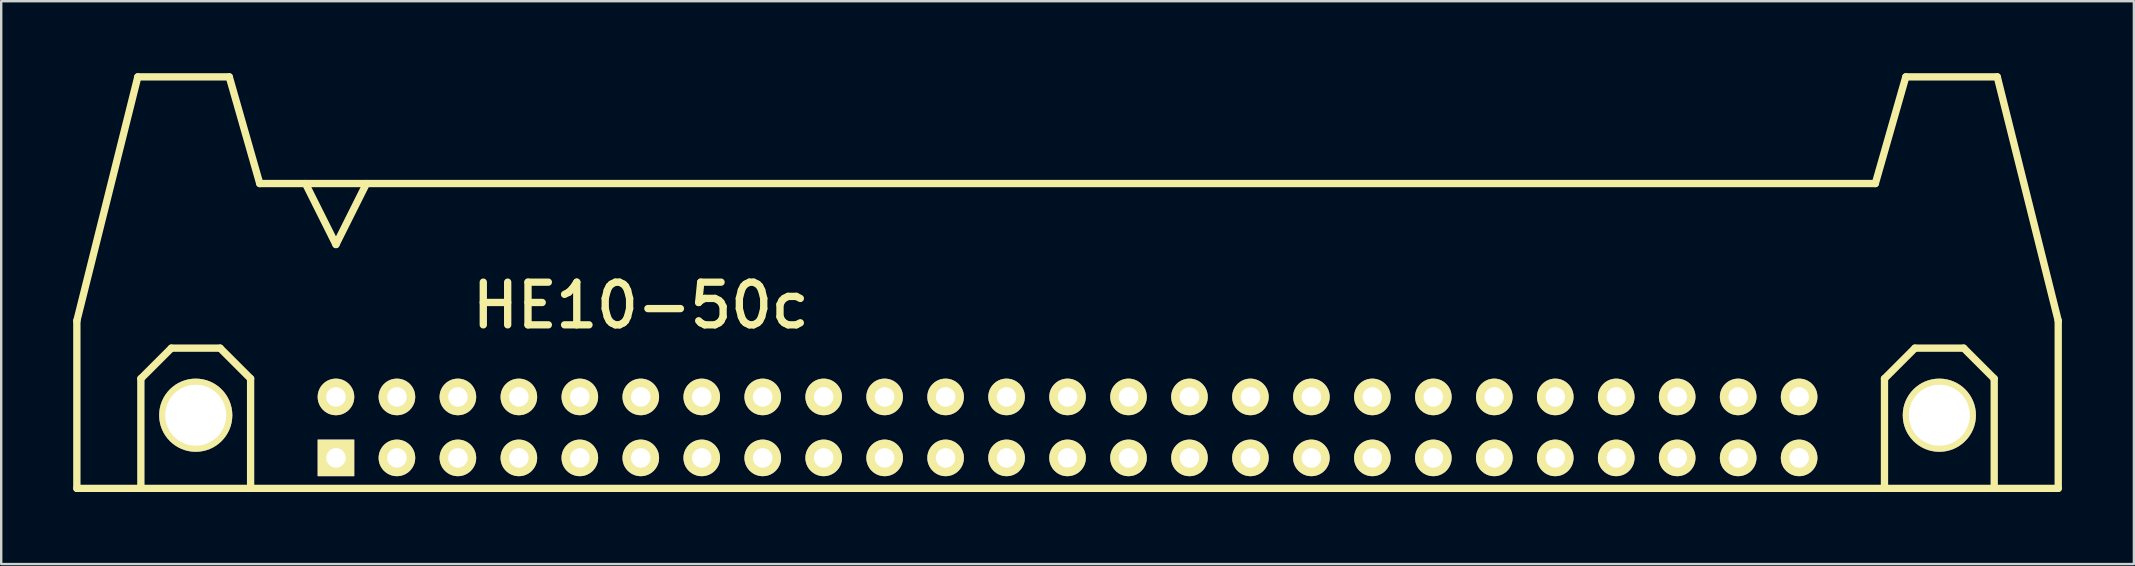
<source format=kicad_pcb>
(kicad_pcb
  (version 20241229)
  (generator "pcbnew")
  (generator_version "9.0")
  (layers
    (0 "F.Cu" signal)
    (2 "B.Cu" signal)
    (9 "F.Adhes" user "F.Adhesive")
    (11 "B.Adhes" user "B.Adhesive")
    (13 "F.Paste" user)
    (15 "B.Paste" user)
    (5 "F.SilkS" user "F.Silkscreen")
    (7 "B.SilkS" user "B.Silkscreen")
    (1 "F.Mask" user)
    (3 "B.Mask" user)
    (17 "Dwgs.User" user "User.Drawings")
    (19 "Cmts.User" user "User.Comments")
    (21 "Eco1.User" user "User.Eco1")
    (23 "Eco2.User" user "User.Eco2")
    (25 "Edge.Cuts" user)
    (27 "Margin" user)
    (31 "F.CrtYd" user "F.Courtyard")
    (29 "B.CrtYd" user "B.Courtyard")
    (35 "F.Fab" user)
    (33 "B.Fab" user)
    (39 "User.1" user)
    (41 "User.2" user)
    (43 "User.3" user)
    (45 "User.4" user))
  (footprint "HE10-50c"
    (layer "F.Cu")
    (at 41.427 14.757)
    (property "Reference" "HE10-50c" (at -17.78 -5.08 0) (layer "F.SilkS") (effects (font (size 1.778 1.778) (thickness 0.305))))
    (attr through_hole)
    (fp_line (start -41.275 -4.445) (end -41.275 2.54) (stroke (width 0.305) (type solid)) (layer "F.SilkS"))
    (fp_line (start -41.275 2.54) (end 41.275 2.54) (stroke (width 0.305) (type solid)) (layer "F.SilkS"))
    (fp_line (start -38.735 -14.605) (end -41.275 -4.445) (stroke (width 0.305) (type solid)) (layer "F.SilkS"))
    (fp_line (start -38.735 -14.605) (end -34.925 -14.605) (stroke (width 0.305) (type solid)) (layer "F.SilkS"))
    (fp_line (start -38.608 -2.032) (end -37.338 -3.302) (stroke (width 0.305) (type solid)) (layer "F.SilkS"))
    (fp_line (start -38.608 2.54) (end -38.608 -2.032) (stroke (width 0.305) (type solid)) (layer "F.SilkS"))
    (fp_line (start -37.338 -3.302) (end -35.306 -3.302) (stroke (width 0.305) (type solid)) (layer "F.SilkS"))
    (fp_line (start -35.306 -3.302) (end -34.036 -2.032) (stroke (width 0.305) (type solid)) (layer "F.SilkS"))
    (fp_line (start -34.925 -14.605) (end -33.655 -10.16) (stroke (width 0.305) (type solid)) (layer "F.SilkS"))
    (fp_line (start -34.036 -2.032) (end -34.036 2.54) (stroke (width 0.305) (type solid)) (layer "F.SilkS"))
    (fp_line (start -31.75 -10.16) (end -30.48 -7.62) (stroke (width 0.305) (type solid)) (layer "F.SilkS"))
    (fp_line (start -30.48 -7.62) (end -29.21 -10.16) (stroke (width 0.305) (type solid)) (layer "F.SilkS"))
    (fp_line (start 33.655 -10.16) (end -33.655 -10.16) (stroke (width 0.305) (type solid)) (layer "F.SilkS"))
    (fp_line (start 34.036 -2.032) (end 35.306 -3.302) (stroke (width 0.305) (type solid)) (layer "F.SilkS"))
    (fp_line (start 34.036 2.54) (end 34.036 -2.032) (stroke (width 0.305) (type solid)) (layer "F.SilkS"))
    (fp_line (start 34.925 -14.605) (end 33.655 -10.16) (stroke (width 0.305) (type solid)) (layer "F.SilkS"))
    (fp_line (start 35.306 -3.302) (end 37.338 -3.302) (stroke (width 0.305) (type solid)) (layer "F.SilkS"))
    (fp_line (start 37.338 -3.302) (end 38.608 -2.032) (stroke (width 0.305) (type solid)) (layer "F.SilkS"))
    (fp_line (start 38.608 -2.032) (end 38.608 2.54) (stroke (width 0.305) (type solid)) (layer "F.SilkS"))
    (fp_line (start 38.735 -14.605) (end 34.925 -14.605) (stroke (width 0.305) (type solid)) (layer "F.SilkS"))
    (fp_line (start 41.275 -4.445) (end 38.735 -14.605) (stroke (width 0.305) (type solid)) (layer "F.SilkS"))
    (fp_line (start 41.275 2.54) (end 41.275 -4.445) (stroke (width 0.305) (type solid)) (layer "F.SilkS"))
    (pad "0" thru_hole circle (at -36.322 -0.508) (size 3.048 3.048) (drill 2.54) (layers "*.Cu" "*.Mask" "F.SilkS"))
    (pad "0" thru_hole circle (at 36.322 -0.508) (size 3.048 3.048) (drill 2.54) (layers "*.Cu" "*.Mask" "F.SilkS"))
    (pad "1" thru_hole rect (at -30.48 1.27) (size 1.524 1.524) (drill 0.813) (layers "*.Cu" "*.Mask" "F.SilkS"))
    (pad "2" thru_hole circle (at -30.48 -1.27) (size 1.524 1.524) (drill 0.813) (layers "*.Cu" "*.Mask" "F.SilkS"))
    (pad "3" thru_hole circle (at -27.94 1.27) (size 1.524 1.524) (drill 0.813) (layers "*.Cu" "*.Mask" "F.SilkS"))
    (pad "4" thru_hole circle (at -27.94 -1.27) (size 1.524 1.524) (drill 0.813) (layers "*.Cu" "*.Mask" "F.SilkS"))
    (pad "5" thru_hole circle (at -25.4 1.27) (size 1.524 1.524) (drill 0.813) (layers "*.Cu" "*.Mask" "F.SilkS"))
    (pad "6" thru_hole circle (at -25.4 -1.27) (size 1.524 1.524) (drill 0.813) (layers "*.Cu" "*.Mask" "F.SilkS"))
    (pad "7" thru_hole circle (at -22.86 1.27) (size 1.524 1.524) (drill 0.813) (layers "*.Cu" "*.Mask" "F.SilkS"))
    (pad "8" thru_hole circle (at -22.86 -1.27) (size 1.524 1.524) (drill 0.813) (layers "*.Cu" "*.Mask" "F.SilkS"))
    (pad "9" thru_hole circle (at -20.32 1.27) (size 1.524 1.524) (drill 0.813) (layers "*.Cu" "*.Mask" "F.SilkS"))
    (pad "10" thru_hole circle (at -20.32 -1.27) (size 1.524 1.524) (drill 0.813) (layers "*.Cu" "*.Mask" "F.SilkS"))
    (pad "11" thru_hole circle (at -17.78 1.27) (size 1.524 1.524) (drill 0.813) (layers "*.Cu" "*.Mask" "F.SilkS"))
    (pad "12" thru_hole circle (at -17.78 -1.27) (size 1.524 1.524) (drill 0.813) (layers "*.Cu" "*.Mask" "F.SilkS"))
    (pad "13" thru_hole circle (at -15.24 1.27) (size 1.524 1.524) (drill 0.813) (layers "*.Cu" "*.Mask" "F.SilkS"))
    (pad "14" thru_hole circle (at -15.24 -1.27) (size 1.524 1.524) (drill 0.813) (layers "*.Cu" "*.Mask" "F.SilkS"))
    (pad "15" thru_hole circle (at -12.7 1.27) (size 1.524 1.524) (drill 0.813) (layers "*.Cu" "*.Mask" "F.SilkS"))
    (pad "16" thru_hole circle (at -12.7 -1.27) (size 1.524 1.524) (drill 0.813) (layers "*.Cu" "*.Mask" "F.SilkS"))
    (pad "17" thru_hole circle (at -10.16 1.27) (size 1.524 1.524) (drill 0.813) (layers "*.Cu" "*.Mask" "F.SilkS"))
    (pad "18" thru_hole circle (at -10.16 -1.27) (size 1.524 1.524) (drill 0.813) (layers "*.Cu" "*.Mask" "F.SilkS"))
    (pad "19" thru_hole circle (at -7.62 1.27) (size 1.524 1.524) (drill 0.813) (layers "*.Cu" "*.Mask" "F.SilkS"))
    (pad "20" thru_hole circle (at -7.62 -1.27) (size 1.524 1.524) (drill 0.813) (layers "*.Cu" "*.Mask" "F.SilkS"))
    (pad "21" thru_hole circle (at -5.08 1.27) (size 1.524 1.524) (drill 0.813) (layers "*.Cu" "*.Mask" "F.SilkS"))
    (pad "22" thru_hole circle (at -5.08 -1.27) (size 1.524 1.524) (drill 0.813) (layers "*.Cu" "*.Mask" "F.SilkS"))
    (pad "23" thru_hole circle (at -2.54 1.27) (size 1.524 1.524) (drill 0.813) (layers "*.Cu" "*.Mask" "F.SilkS"))
    (pad "24" thru_hole circle (at -2.54 -1.27) (size 1.524 1.524) (drill 0.813) (layers "*.Cu" "*.Mask" "F.SilkS"))
    (pad "25" thru_hole circle (at 0 1.27) (size 1.524 1.524) (drill 0.813) (layers "*.Cu" "*.Mask" "F.SilkS"))
    (pad "26" thru_hole circle (at 0 -1.27) (size 1.524 1.524) (drill 0.813) (layers "*.Cu" "*.Mask" "F.SilkS"))
    (pad "27" thru_hole circle (at 2.54 1.27) (size 1.524 1.524) (drill 0.813) (layers "*.Cu" "*.Mask" "F.SilkS"))
    (pad "28" thru_hole circle (at 2.54 -1.27) (size 1.524 1.524) (drill 0.813) (layers "*.Cu" "*.Mask" "F.SilkS"))
    (pad "29" thru_hole circle (at 5.08 1.27) (size 1.524 1.524) (drill 0.813) (layers "*.Cu" "*.Mask" "F.SilkS"))
    (pad "30" thru_hole circle (at 5.08 -1.27) (size 1.524 1.524) (drill 0.813) (layers "*.Cu" "*.Mask" "F.SilkS"))
    (pad "31" thru_hole circle (at 7.62 1.27) (size 1.524 1.524) (drill 0.813) (layers "*.Cu" "*.Mask" "F.SilkS"))
    (pad "32" thru_hole circle (at 7.62 -1.27) (size 1.524 1.524) (drill 0.813) (layers "*.Cu" "*.Mask" "F.SilkS"))
    (pad "33" thru_hole circle (at 10.16 1.27) (size 1.524 1.524) (drill 0.813) (layers "*.Cu" "*.Mask" "F.SilkS"))
    (pad "34" thru_hole circle (at 10.16 -1.27) (size 1.524 1.524) (drill 0.813) (layers "*.Cu" "*.Mask" "F.SilkS"))
    (pad "35" thru_hole circle (at 12.7 1.27) (size 1.524 1.524) (drill 0.813) (layers "*.Cu" "*.Mask" "F.SilkS"))
    (pad "36" thru_hole circle (at 12.7 -1.27) (size 1.524 1.524) (drill 0.813) (layers "*.Cu" "*.Mask" "F.SilkS"))
    (pad "37" thru_hole circle (at 15.24 1.27) (size 1.524 1.524) (drill 0.813) (layers "*.Cu" "*.Mask" "F.SilkS"))
    (pad "38" thru_hole circle (at 15.24 -1.27) (size 1.524 1.524) (drill 0.813) (layers "*.Cu" "*.Mask" "F.SilkS"))
    (pad "39" thru_hole circle (at 17.78 1.27) (size 1.524 1.524) (drill 0.813) (layers "*.Cu" "*.Mask" "F.SilkS"))
    (pad "40" thru_hole circle (at 17.78 -1.27) (size 1.524 1.524) (drill 0.813) (layers "*.Cu" "*.Mask" "F.SilkS"))
    (pad "41" thru_hole circle (at 20.32 1.27) (size 1.524 1.524) (drill 0.813) (layers "*.Cu" "*.Mask" "F.SilkS"))
    (pad "42" thru_hole circle (at 20.32 -1.27) (size 1.524 1.524) (drill 0.813) (layers "*.Cu" "*.Mask" "F.SilkS"))
    (pad "43" thru_hole circle (at 22.86 1.27) (size 1.524 1.524) (drill 0.813) (layers "*.Cu" "*.Mask" "F.SilkS"))
    (pad "44" thru_hole circle (at 22.86 -1.27) (size 1.524 1.524) (drill 0.813) (layers "*.Cu" "*.Mask" "F.SilkS"))
    (pad "45" thru_hole circle (at 25.4 1.27) (size 1.524 1.524) (drill 0.813) (layers "*.Cu" "*.Mask" "F.SilkS"))
    (pad "46" thru_hole circle (at 25.4 -1.27) (size 1.524 1.524) (drill 0.813) (layers "*.Cu" "*.Mask" "F.SilkS"))
    (pad "47" thru_hole circle (at 27.94 1.27) (size 1.524 1.524) (drill 0.813) (layers "*.Cu" "*.Mask" "F.SilkS"))
    (pad "48" thru_hole circle (at 27.94 -1.27) (size 1.524 1.524) (drill 0.813) (layers "*.Cu" "*.Mask" "F.SilkS"))
    (pad "49" thru_hole circle (at 30.48 1.27) (size 1.524 1.524) (drill 0.813) (layers "*.Cu" "*.Mask" "F.SilkS"))
    (pad "50" thru_hole circle (at 30.48 -1.27) (size 1.524 1.524) (drill 0.813) (layers "*.Cu" "*.Mask" "F.SilkS")))
  (gr_rect
    (start -3 -3)
    (end 85.855 20.45)
    (stroke (width 0.1) (type default))
    (fill no)
    (layer "Edge.Cuts")))
</source>
